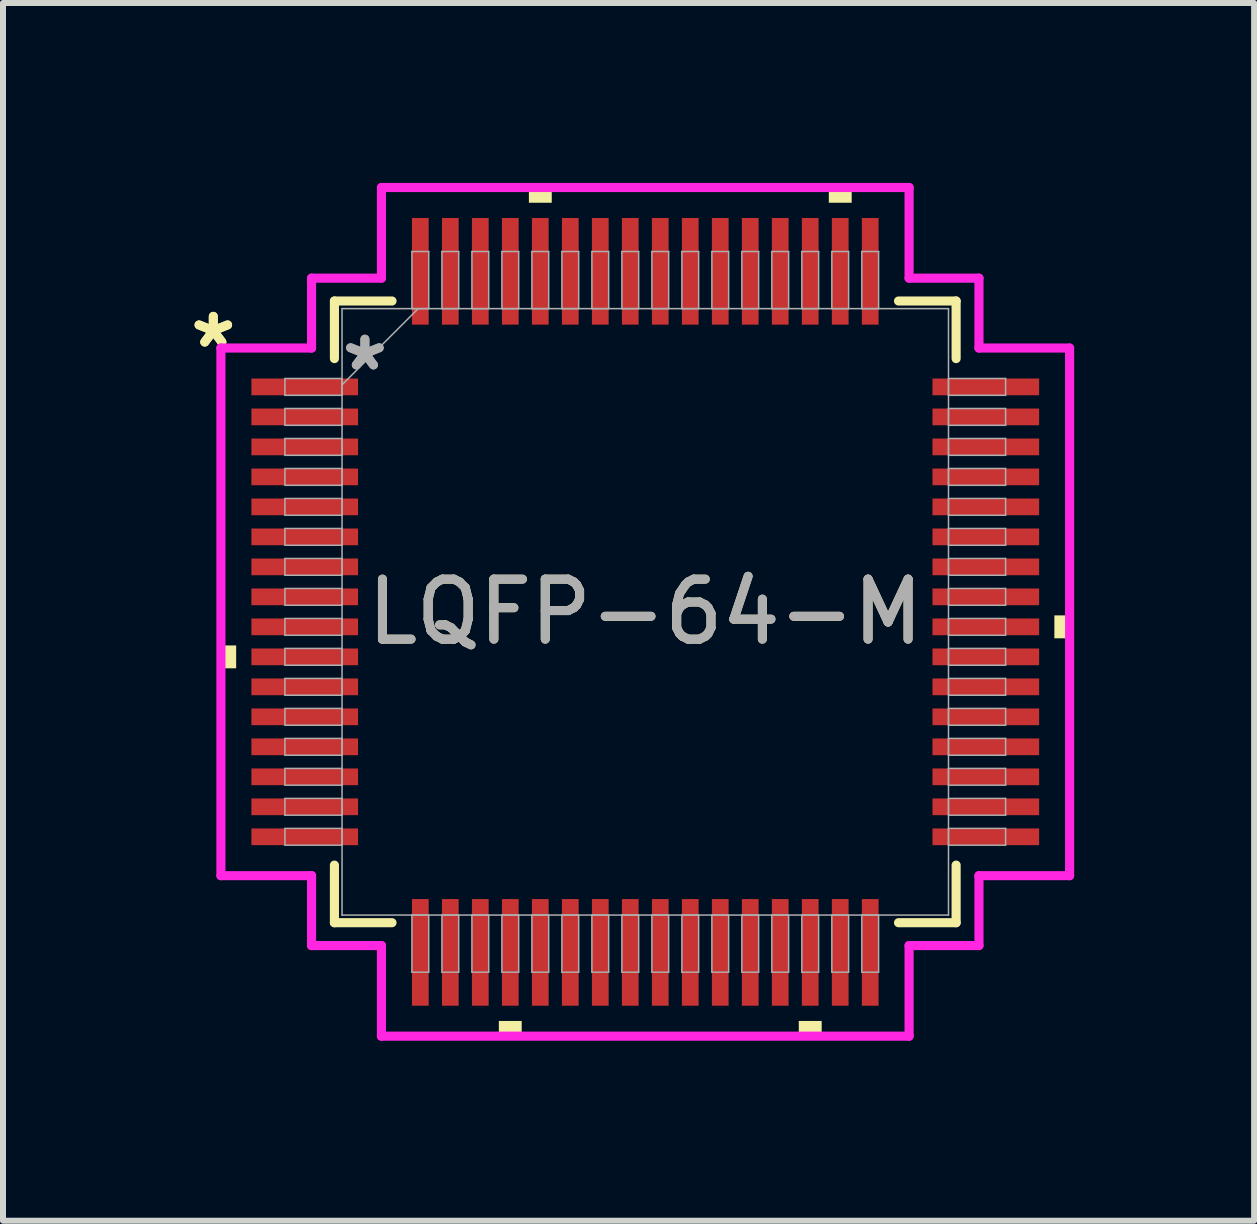
<source format=kicad_pcb>
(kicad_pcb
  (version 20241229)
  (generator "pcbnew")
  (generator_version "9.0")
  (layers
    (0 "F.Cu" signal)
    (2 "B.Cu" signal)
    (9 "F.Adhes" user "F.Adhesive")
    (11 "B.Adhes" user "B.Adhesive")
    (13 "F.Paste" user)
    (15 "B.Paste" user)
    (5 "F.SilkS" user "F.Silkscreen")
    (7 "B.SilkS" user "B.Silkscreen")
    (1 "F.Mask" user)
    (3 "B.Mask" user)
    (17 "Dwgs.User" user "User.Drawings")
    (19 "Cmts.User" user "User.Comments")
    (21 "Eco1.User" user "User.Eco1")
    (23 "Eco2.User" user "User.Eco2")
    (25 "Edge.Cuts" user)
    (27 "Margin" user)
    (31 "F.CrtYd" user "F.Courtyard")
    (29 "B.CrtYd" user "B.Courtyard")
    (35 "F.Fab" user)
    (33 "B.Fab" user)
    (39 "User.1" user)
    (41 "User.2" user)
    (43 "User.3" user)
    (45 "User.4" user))
  (footprint "LQFP-64-M"
    (layer "F.Cu")
    (at 7.707 7.15)
    (property "Reference" "LQFP-64-M" (at 0 0 0) (unlocked yes) (layer "F.SilkS") (effects (font (size 1 1) (thickness 0.15))))
    (attr smd)
    (fp_line (start -5.182 -5.182) (end -5.182 -4.222) (stroke (width 0.152) (type solid)) (layer "F.SilkS"))
    (fp_line (start -5.182 4.222) (end -5.182 5.182) (stroke (width 0.152) (type solid)) (layer "F.SilkS"))
    (fp_line (start -5.182 5.182) (end -4.222 5.182) (stroke (width 0.152) (type solid)) (layer "F.SilkS"))
    (fp_line (start -4.222 -5.182) (end -5.182 -5.182) (stroke (width 0.152) (type solid)) (layer "F.SilkS"))
    (fp_line (start 4.222 5.182) (end 5.182 5.182) (stroke (width 0.152) (type solid)) (layer "F.SilkS"))
    (fp_line (start 5.182 -5.182) (end 4.222 -5.182) (stroke (width 0.152) (type solid)) (layer "F.SilkS"))
    (fp_line (start 5.182 -4.222) (end 5.182 -5.182) (stroke (width 0.152) (type solid)) (layer "F.SilkS"))
    (fp_line (start 5.182 5.182) (end 5.182 4.222) (stroke (width 0.152) (type solid)) (layer "F.SilkS"))
    (fp_poly (pts (xy -7.074 0.56) (xy -7.074 0.941) (xy -6.82 0.941) (xy -6.82 0.56)) (stroke (width 0) (type solid)) (fill yes) (layer "F.SilkS"))
    (fp_poly (pts (xy -2.441 6.82) (xy -2.441 7.074) (xy -2.06 7.074) (xy -2.06 6.82)) (stroke (width 0) (type solid)) (fill yes) (layer "F.SilkS"))
    (fp_poly (pts (xy -1.94 -6.82) (xy -1.94 -7.074) (xy -1.559 -7.074) (xy -1.559 -6.82)) (stroke (width 0) (type solid)) (fill yes) (layer "F.SilkS"))
    (fp_poly (pts (xy 2.559 6.82) (xy 2.559 7.074) (xy 2.941 7.074) (xy 2.941 6.82)) (stroke (width 0) (type solid)) (fill yes) (layer "F.SilkS"))
    (fp_poly (pts (xy 3.06 -6.82) (xy 3.06 -7.074) (xy 3.441 -7.074) (xy 3.441 -6.82)) (stroke (width 0) (type solid)) (fill yes) (layer "F.SilkS"))
    (fp_poly (pts (xy 7.074 0.059) (xy 7.074 0.441) (xy 6.82 0.441) (xy 6.82 0.059)) (stroke (width 0) (type solid)) (fill yes) (layer "F.SilkS"))
    (fp_line (start -7.074 -4.398) (end -5.563 -4.398) (stroke (width 0.152) (type solid)) (layer "F.CrtYd"))
    (fp_line (start -7.074 4.398) (end -7.074 -4.398) (stroke (width 0.152) (type solid)) (layer "F.CrtYd"))
    (fp_line (start -5.563 -5.563) (end -4.398 -5.563) (stroke (width 0.152) (type solid)) (layer "F.CrtYd"))
    (fp_line (start -5.563 -4.398) (end -5.563 -5.563) (stroke (width 0.152) (type solid)) (layer "F.CrtYd"))
    (fp_line (start -5.563 4.398) (end -7.074 4.398) (stroke (width 0.152) (type solid)) (layer "F.CrtYd"))
    (fp_line (start -5.563 5.563) (end -5.563 4.398) (stroke (width 0.152) (type solid)) (layer "F.CrtYd"))
    (fp_line (start -5.563 5.563) (end -4.398 5.563) (stroke (width 0.152) (type solid)) (layer "F.CrtYd"))
    (fp_line (start -4.398 -7.074) (end 4.398 -7.074) (stroke (width 0.152) (type solid)) (layer "F.CrtYd"))
    (fp_line (start -4.398 -5.563) (end -4.398 -7.074) (stroke (width 0.152) (type solid)) (layer "F.CrtYd"))
    (fp_line (start -4.398 5.563) (end -4.398 7.074) (stroke (width 0.152) (type solid)) (layer "F.CrtYd"))
    (fp_line (start -4.398 7.074) (end 4.398 7.074) (stroke (width 0.152) (type solid)) (layer "F.CrtYd"))
    (fp_line (start 4.398 -7.074) (end 4.398 -5.563) (stroke (width 0.152) (type solid)) (layer "F.CrtYd"))
    (fp_line (start 4.398 -5.563) (end 5.563 -5.563) (stroke (width 0.152) (type solid)) (layer "F.CrtYd"))
    (fp_line (start 4.398 5.563) (end 5.563 5.563) (stroke (width 0.152) (type solid)) (layer "F.CrtYd"))
    (fp_line (start 4.398 7.074) (end 4.398 5.563) (stroke (width 0.152) (type solid)) (layer "F.CrtYd"))
    (fp_line (start 5.563 -4.398) (end 5.563 -5.563) (stroke (width 0.152) (type solid)) (layer "F.CrtYd"))
    (fp_line (start 5.563 4.398) (end 7.074 4.398) (stroke (width 0.152) (type solid)) (layer "F.CrtYd"))
    (fp_line (start 5.563 5.563) (end 5.563 4.398) (stroke (width 0.152) (type solid)) (layer "F.CrtYd"))
    (fp_line (start 7.074 -4.398) (end 5.563 -4.398) (stroke (width 0.152) (type solid)) (layer "F.CrtYd"))
    (fp_line (start 7.074 4.398) (end 7.074 -4.398) (stroke (width 0.152) (type solid)) (layer "F.CrtYd"))
    (fp_line (start -6.007 -3.89) (end -6.007 -3.61) (stroke (width 0.025) (type solid)) (layer "F.Fab"))
    (fp_line (start -6.007 -3.61) (end -5.055 -3.61) (stroke (width 0.025) (type solid)) (layer "F.Fab"))
    (fp_line (start -6.007 -3.39) (end -6.007 -3.11) (stroke (width 0.025) (type solid)) (layer "F.Fab"))
    (fp_line (start -6.007 -3.11) (end -5.055 -3.11) (stroke (width 0.025) (type solid)) (layer "F.Fab"))
    (fp_line (start -6.007 -2.89) (end -6.007 -2.61) (stroke (width 0.025) (type solid)) (layer "F.Fab"))
    (fp_line (start -6.007 -2.61) (end -5.055 -2.61) (stroke (width 0.025) (type solid)) (layer "F.Fab"))
    (fp_line (start -6.007 -2.39) (end -6.007 -2.11) (stroke (width 0.025) (type solid)) (layer "F.Fab"))
    (fp_line (start -6.007 -2.11) (end -5.055 -2.11) (stroke (width 0.025) (type solid)) (layer "F.Fab"))
    (fp_line (start -6.007 -1.89) (end -6.007 -1.61) (stroke (width 0.025) (type solid)) (layer "F.Fab"))
    (fp_line (start -6.007 -1.61) (end -5.055 -1.61) (stroke (width 0.025) (type solid)) (layer "F.Fab"))
    (fp_line (start -6.007 -1.39) (end -6.007 -1.11) (stroke (width 0.025) (type solid)) (layer "F.Fab"))
    (fp_line (start -6.007 -1.11) (end -5.055 -1.11) (stroke (width 0.025) (type solid)) (layer "F.Fab"))
    (fp_line (start -6.007 -0.89) (end -6.007 -0.61) (stroke (width 0.025) (type solid)) (layer "F.Fab"))
    (fp_line (start -6.007 -0.61) (end -5.055 -0.61) (stroke (width 0.025) (type solid)) (layer "F.Fab"))
    (fp_line (start -6.007 -0.39) (end -6.007 -0.11) (stroke (width 0.025) (type solid)) (layer "F.Fab"))
    (fp_line (start -6.007 -0.11) (end -5.055 -0.11) (stroke (width 0.025) (type solid)) (layer "F.Fab"))
    (fp_line (start -6.007 0.11) (end -6.007 0.39) (stroke (width 0.025) (type solid)) (layer "F.Fab"))
    (fp_line (start -6.007 0.39) (end -5.055 0.39) (stroke (width 0.025) (type solid)) (layer "F.Fab"))
    (fp_line (start -6.007 0.61) (end -6.007 0.89) (stroke (width 0.025) (type solid)) (layer "F.Fab"))
    (fp_line (start -6.007 0.89) (end -5.055 0.89) (stroke (width 0.025) (type solid)) (layer "F.Fab"))
    (fp_line (start -6.007 1.11) (end -6.007 1.39) (stroke (width 0.025) (type solid)) (layer "F.Fab"))
    (fp_line (start -6.007 1.39) (end -5.055 1.39) (stroke (width 0.025) (type solid)) (layer "F.Fab"))
    (fp_line (start -6.007 1.61) (end -6.007 1.89) (stroke (width 0.025) (type solid)) (layer "F.Fab"))
    (fp_line (start -6.007 1.89) (end -5.055 1.89) (stroke (width 0.025) (type solid)) (layer "F.Fab"))
    (fp_line (start -6.007 2.11) (end -6.007 2.39) (stroke (width 0.025) (type solid)) (layer "F.Fab"))
    (fp_line (start -6.007 2.39) (end -5.055 2.39) (stroke (width 0.025) (type solid)) (layer "F.Fab"))
    (fp_line (start -6.007 2.61) (end -6.007 2.89) (stroke (width 0.025) (type solid)) (layer "F.Fab"))
    (fp_line (start -6.007 2.89) (end -5.055 2.89) (stroke (width 0.025) (type solid)) (layer "F.Fab"))
    (fp_line (start -6.007 3.11) (end -6.007 3.39) (stroke (width 0.025) (type solid)) (layer "F.Fab"))
    (fp_line (start -6.007 3.39) (end -5.055 3.39) (stroke (width 0.025) (type solid)) (layer "F.Fab"))
    (fp_line (start -6.007 3.61) (end -6.007 3.89) (stroke (width 0.025) (type solid)) (layer "F.Fab"))
    (fp_line (start -6.007 3.89) (end -5.055 3.89) (stroke (width 0.025) (type solid)) (layer "F.Fab"))
    (fp_line (start -5.055 -5.055) (end -5.055 5.055) (stroke (width 0.025) (type solid)) (layer "F.Fab"))
    (fp_line (start -5.055 -3.89) (end -6.007 -3.89) (stroke (width 0.025) (type solid)) (layer "F.Fab"))
    (fp_line (start -5.055 -3.785) (end -3.785 -5.055) (stroke (width 0.025) (type solid)) (layer "F.Fab"))
    (fp_line (start -5.055 -3.61) (end -5.055 -3.89) (stroke (width 0.025) (type solid)) (layer "F.Fab"))
    (fp_line (start -5.055 -3.39) (end -6.007 -3.39) (stroke (width 0.025) (type solid)) (layer "F.Fab"))
    (fp_line (start -5.055 -3.11) (end -5.055 -3.39) (stroke (width 0.025) (type solid)) (layer "F.Fab"))
    (fp_line (start -5.055 -2.89) (end -6.007 -2.89) (stroke (width 0.025) (type solid)) (layer "F.Fab"))
    (fp_line (start -5.055 -2.61) (end -5.055 -2.89) (stroke (width 0.025) (type solid)) (layer "F.Fab"))
    (fp_line (start -5.055 -2.39) (end -6.007 -2.39) (stroke (width 0.025) (type solid)) (layer "F.Fab"))
    (fp_line (start -5.055 -2.11) (end -5.055 -2.39) (stroke (width 0.025) (type solid)) (layer "F.Fab"))
    (fp_line (start -5.055 -1.89) (end -6.007 -1.89) (stroke (width 0.025) (type solid)) (layer "F.Fab"))
    (fp_line (start -5.055 -1.61) (end -5.055 -1.89) (stroke (width 0.025) (type solid)) (layer "F.Fab"))
    (fp_line (start -5.055 -1.39) (end -6.007 -1.39) (stroke (width 0.025) (type solid)) (layer "F.Fab"))
    (fp_line (start -5.055 -1.11) (end -5.055 -1.39) (stroke (width 0.025) (type solid)) (layer "F.Fab"))
    (fp_line (start -5.055 -0.89) (end -6.007 -0.89) (stroke (width 0.025) (type solid)) (layer "F.Fab"))
    (fp_line (start -5.055 -0.61) (end -5.055 -0.89) (stroke (width 0.025) (type solid)) (layer "F.Fab"))
    (fp_line (start -5.055 -0.39) (end -6.007 -0.39) (stroke (width 0.025) (type solid)) (layer "F.Fab"))
    (fp_line (start -5.055 -0.11) (end -5.055 -0.39) (stroke (width 0.025) (type solid)) (layer "F.Fab"))
    (fp_line (start -5.055 0.11) (end -6.007 0.11) (stroke (width 0.025) (type solid)) (layer "F.Fab"))
    (fp_line (start -5.055 0.39) (end -5.055 0.11) (stroke (width 0.025) (type solid)) (layer "F.Fab"))
    (fp_line (start -5.055 0.61) (end -6.007 0.61) (stroke (width 0.025) (type solid)) (layer "F.Fab"))
    (fp_line (start -5.055 0.89) (end -5.055 0.61) (stroke (width 0.025) (type solid)) (layer "F.Fab"))
    (fp_line (start -5.055 1.11) (end -6.007 1.11) (stroke (width 0.025) (type solid)) (layer "F.Fab"))
    (fp_line (start -5.055 1.39) (end -5.055 1.11) (stroke (width 0.025) (type solid)) (layer "F.Fab"))
    (fp_line (start -5.055 1.61) (end -6.007 1.61) (stroke (width 0.025) (type solid)) (layer "F.Fab"))
    (fp_line (start -5.055 1.89) (end -5.055 1.61) (stroke (width 0.025) (type solid)) (layer "F.Fab"))
    (fp_line (start -5.055 2.11) (end -6.007 2.11) (stroke (width 0.025) (type solid)) (layer "F.Fab"))
    (fp_line (start -5.055 2.39) (end -5.055 2.11) (stroke (width 0.025) (type solid)) (layer "F.Fab"))
    (fp_line (start -5.055 2.61) (end -6.007 2.61) (stroke (width 0.025) (type solid)) (layer "F.Fab"))
    (fp_line (start -5.055 2.89) (end -5.055 2.61) (stroke (width 0.025) (type solid)) (layer "F.Fab"))
    (fp_line (start -5.055 3.11) (end -6.007 3.11) (stroke (width 0.025) (type solid)) (layer "F.Fab"))
    (fp_line (start -5.055 3.39) (end -5.055 3.11) (stroke (width 0.025) (type solid)) (layer "F.Fab"))
    (fp_line (start -5.055 3.61) (end -6.007 3.61) (stroke (width 0.025) (type solid)) (layer "F.Fab"))
    (fp_line (start -5.055 3.89) (end -5.055 3.61) (stroke (width 0.025) (type solid)) (layer "F.Fab"))
    (fp_line (start -5.055 5.055) (end 5.055 5.055) (stroke (width 0.025) (type solid)) (layer "F.Fab"))
    (fp_line (start -3.89 -6.007) (end -3.89 -5.055) (stroke (width 0.025) (type solid)) (layer "F.Fab"))
    (fp_line (start -3.89 -5.055) (end -3.61 -5.055) (stroke (width 0.025) (type solid)) (layer "F.Fab"))
    (fp_line (start -3.89 5.055) (end -3.89 6.007) (stroke (width 0.025) (type solid)) (layer "F.Fab"))
    (fp_line (start -3.89 6.007) (end -3.61 6.007) (stroke (width 0.025) (type solid)) (layer "F.Fab"))
    (fp_line (start -3.61 -6.007) (end -3.89 -6.007) (stroke (width 0.025) (type solid)) (layer "F.Fab"))
    (fp_line (start -3.61 -5.055) (end -3.61 -6.007) (stroke (width 0.025) (type solid)) (layer "F.Fab"))
    (fp_line (start -3.61 5.055) (end -3.89 5.055) (stroke (width 0.025) (type solid)) (layer "F.Fab"))
    (fp_line (start -3.61 6.007) (end -3.61 5.055) (stroke (width 0.025) (type solid)) (layer "F.Fab"))
    (fp_line (start -3.39 -6.007) (end -3.39 -5.055) (stroke (width 0.025) (type solid)) (layer "F.Fab"))
    (fp_line (start -3.39 -5.055) (end -3.11 -5.055) (stroke (width 0.025) (type solid)) (layer "F.Fab"))
    (fp_line (start -3.39 5.055) (end -3.39 6.007) (stroke (width 0.025) (type solid)) (layer "F.Fab"))
    (fp_line (start -3.39 6.007) (end -3.11 6.007) (stroke (width 0.025) (type solid)) (layer "F.Fab"))
    (fp_line (start -3.11 -6.007) (end -3.39 -6.007) (stroke (width 0.025) (type solid)) (layer "F.Fab"))
    (fp_line (start -3.11 -5.055) (end -3.11 -6.007) (stroke (width 0.025) (type solid)) (layer "F.Fab"))
    (fp_line (start -3.11 5.055) (end -3.39 5.055) (stroke (width 0.025) (type solid)) (layer "F.Fab"))
    (fp_line (start -3.11 6.007) (end -3.11 5.055) (stroke (width 0.025) (type solid)) (layer "F.Fab"))
    (fp_line (start -2.89 -6.007) (end -2.89 -5.055) (stroke (width 0.025) (type solid)) (layer "F.Fab"))
    (fp_line (start -2.89 -5.055) (end -2.61 -5.055) (stroke (width 0.025) (type solid)) (layer "F.Fab"))
    (fp_line (start -2.89 5.055) (end -2.89 6.007) (stroke (width 0.025) (type solid)) (layer "F.Fab"))
    (fp_line (start -2.89 6.007) (end -2.61 6.007) (stroke (width 0.025) (type solid)) (layer "F.Fab"))
    (fp_line (start -2.61 -6.007) (end -2.89 -6.007) (stroke (width 0.025) (type solid)) (layer "F.Fab"))
    (fp_line (start -2.61 -5.055) (end -2.61 -6.007) (stroke (width 0.025) (type solid)) (layer "F.Fab"))
    (fp_line (start -2.61 5.055) (end -2.89 5.055) (stroke (width 0.025) (type solid)) (layer "F.Fab"))
    (fp_line (start -2.61 6.007) (end -2.61 5.055) (stroke (width 0.025) (type solid)) (layer "F.Fab"))
    (fp_line (start -2.39 -6.007) (end -2.39 -5.055) (stroke (width 0.025) (type solid)) (layer "F.Fab"))
    (fp_line (start -2.39 -5.055) (end -2.11 -5.055) (stroke (width 0.025) (type solid)) (layer "F.Fab"))
    (fp_line (start -2.39 5.055) (end -2.39 6.007) (stroke (width 0.025) (type solid)) (layer "F.Fab"))
    (fp_line (start -2.39 6.007) (end -2.11 6.007) (stroke (width 0.025) (type solid)) (layer "F.Fab"))
    (fp_line (start -2.11 -6.007) (end -2.39 -6.007) (stroke (width 0.025) (type solid)) (layer "F.Fab"))
    (fp_line (start -2.11 -5.055) (end -2.11 -6.007) (stroke (width 0.025) (type solid)) (layer "F.Fab"))
    (fp_line (start -2.11 5.055) (end -2.39 5.055) (stroke (width 0.025) (type solid)) (layer "F.Fab"))
    (fp_line (start -2.11 6.007) (end -2.11 5.055) (stroke (width 0.025) (type solid)) (layer "F.Fab"))
    (fp_line (start -1.89 -6.007) (end -1.89 -5.055) (stroke (width 0.025) (type solid)) (layer "F.Fab"))
    (fp_line (start -1.89 -5.055) (end -1.61 -5.055) (stroke (width 0.025) (type solid)) (layer "F.Fab"))
    (fp_line (start -1.89 5.055) (end -1.89 6.007) (stroke (width 0.025) (type solid)) (layer "F.Fab"))
    (fp_line (start -1.89 6.007) (end -1.61 6.007) (stroke (width 0.025) (type solid)) (layer "F.Fab"))
    (fp_line (start -1.61 -6.007) (end -1.89 -6.007) (stroke (width 0.025) (type solid)) (layer "F.Fab"))
    (fp_line (start -1.61 -5.055) (end -1.61 -6.007) (stroke (width 0.025) (type solid)) (layer "F.Fab"))
    (fp_line (start -1.61 5.055) (end -1.89 5.055) (stroke (width 0.025) (type solid)) (layer "F.Fab"))
    (fp_line (start -1.61 6.007) (end -1.61 5.055) (stroke (width 0.025) (type solid)) (layer "F.Fab"))
    (fp_line (start -1.39 -6.007) (end -1.39 -5.055) (stroke (width 0.025) (type solid)) (layer "F.Fab"))
    (fp_line (start -1.39 -5.055) (end -1.11 -5.055) (stroke (width 0.025) (type solid)) (layer "F.Fab"))
    (fp_line (start -1.39 5.055) (end -1.39 6.007) (stroke (width 0.025) (type solid)) (layer "F.Fab"))
    (fp_line (start -1.39 6.007) (end -1.11 6.007) (stroke (width 0.025) (type solid)) (layer "F.Fab"))
    (fp_line (start -1.11 -6.007) (end -1.39 -6.007) (stroke (width 0.025) (type solid)) (layer "F.Fab"))
    (fp_line (start -1.11 -5.055) (end -1.11 -6.007) (stroke (width 0.025) (type solid)) (layer "F.Fab"))
    (fp_line (start -1.11 5.055) (end -1.39 5.055) (stroke (width 0.025) (type solid)) (layer "F.Fab"))
    (fp_line (start -1.11 6.007) (end -1.11 5.055) (stroke (width 0.025) (type solid)) (layer "F.Fab"))
    (fp_line (start -0.89 -6.007) (end -0.89 -5.055) (stroke (width 0.025) (type solid)) (layer "F.Fab"))
    (fp_line (start -0.89 -5.055) (end -0.61 -5.055) (stroke (width 0.025) (type solid)) (layer "F.Fab"))
    (fp_line (start -0.89 5.055) (end -0.89 6.007) (stroke (width 0.025) (type solid)) (layer "F.Fab"))
    (fp_line (start -0.89 6.007) (end -0.61 6.007) (stroke (width 0.025) (type solid)) (layer "F.Fab"))
    (fp_line (start -0.61 -6.007) (end -0.89 -6.007) (stroke (width 0.025) (type solid)) (layer "F.Fab"))
    (fp_line (start -0.61 -5.055) (end -0.61 -6.007) (stroke (width 0.025) (type solid)) (layer "F.Fab"))
    (fp_line (start -0.61 5.055) (end -0.89 5.055) (stroke (width 0.025) (type solid)) (layer "F.Fab"))
    (fp_line (start -0.61 6.007) (end -0.61 5.055) (stroke (width 0.025) (type solid)) (layer "F.Fab"))
    (fp_line (start -0.39 -6.007) (end -0.39 -5.055) (stroke (width 0.025) (type solid)) (layer "F.Fab"))
    (fp_line (start -0.39 -5.055) (end -0.11 -5.055) (stroke (width 0.025) (type solid)) (layer "F.Fab"))
    (fp_line (start -0.39 5.055) (end -0.39 6.007) (stroke (width 0.025) (type solid)) (layer "F.Fab"))
    (fp_line (start -0.39 6.007) (end -0.11 6.007) (stroke (width 0.025) (type solid)) (layer "F.Fab"))
    (fp_line (start -0.11 -6.007) (end -0.39 -6.007) (stroke (width 0.025) (type solid)) (layer "F.Fab"))
    (fp_line (start -0.11 -5.055) (end -0.11 -6.007) (stroke (width 0.025) (type solid)) (layer "F.Fab"))
    (fp_line (start -0.11 5.055) (end -0.39 5.055) (stroke (width 0.025) (type solid)) (layer "F.Fab"))
    (fp_line (start -0.11 6.007) (end -0.11 5.055) (stroke (width 0.025) (type solid)) (layer "F.Fab"))
    (fp_line (start 0.11 -6.007) (end 0.11 -5.055) (stroke (width 0.025) (type solid)) (layer "F.Fab"))
    (fp_line (start 0.11 -5.055) (end 0.39 -5.055) (stroke (width 0.025) (type solid)) (layer "F.Fab"))
    (fp_line (start 0.11 5.055) (end 0.11 6.007) (stroke (width 0.025) (type solid)) (layer "F.Fab"))
    (fp_line (start 0.11 6.007) (end 0.39 6.007) (stroke (width 0.025) (type solid)) (layer "F.Fab"))
    (fp_line (start 0.39 -6.007) (end 0.11 -6.007) (stroke (width 0.025) (type solid)) (layer "F.Fab"))
    (fp_line (start 0.39 -5.055) (end 0.39 -6.007) (stroke (width 0.025) (type solid)) (layer "F.Fab"))
    (fp_line (start 0.39 5.055) (end 0.11 5.055) (stroke (width 0.025) (type solid)) (layer "F.Fab"))
    (fp_line (start 0.39 6.007) (end 0.39 5.055) (stroke (width 0.025) (type solid)) (layer "F.Fab"))
    (fp_line (start 0.61 -6.007) (end 0.61 -5.055) (stroke (width 0.025) (type solid)) (layer "F.Fab"))
    (fp_line (start 0.61 -5.055) (end 0.89 -5.055) (stroke (width 0.025) (type solid)) (layer "F.Fab"))
    (fp_line (start 0.61 5.055) (end 0.61 6.007) (stroke (width 0.025) (type solid)) (layer "F.Fab"))
    (fp_line (start 0.61 6.007) (end 0.89 6.007) (stroke (width 0.025) (type solid)) (layer "F.Fab"))
    (fp_line (start 0.89 -6.007) (end 0.61 -6.007) (stroke (width 0.025) (type solid)) (layer "F.Fab"))
    (fp_line (start 0.89 -5.055) (end 0.89 -6.007) (stroke (width 0.025) (type solid)) (layer "F.Fab"))
    (fp_line (start 0.89 5.055) (end 0.61 5.055) (stroke (width 0.025) (type solid)) (layer "F.Fab"))
    (fp_line (start 0.89 6.007) (end 0.89 5.055) (stroke (width 0.025) (type solid)) (layer "F.Fab"))
    (fp_line (start 1.11 -6.007) (end 1.11 -5.055) (stroke (width 0.025) (type solid)) (layer "F.Fab"))
    (fp_line (start 1.11 -5.055) (end 1.39 -5.055) (stroke (width 0.025) (type solid)) (layer "F.Fab"))
    (fp_line (start 1.11 5.055) (end 1.11 6.007) (stroke (width 0.025) (type solid)) (layer "F.Fab"))
    (fp_line (start 1.11 6.007) (end 1.39 6.007) (stroke (width 0.025) (type solid)) (layer "F.Fab"))
    (fp_line (start 1.39 -6.007) (end 1.11 -6.007) (stroke (width 0.025) (type solid)) (layer "F.Fab"))
    (fp_line (start 1.39 -5.055) (end 1.39 -6.007) (stroke (width 0.025) (type solid)) (layer "F.Fab"))
    (fp_line (start 1.39 5.055) (end 1.11 5.055) (stroke (width 0.025) (type solid)) (layer "F.Fab"))
    (fp_line (start 1.39 6.007) (end 1.39 5.055) (stroke (width 0.025) (type solid)) (layer "F.Fab"))
    (fp_line (start 1.61 -6.007) (end 1.61 -5.055) (stroke (width 0.025) (type solid)) (layer "F.Fab"))
    (fp_line (start 1.61 -5.055) (end 1.89 -5.055) (stroke (width 0.025) (type solid)) (layer "F.Fab"))
    (fp_line (start 1.61 5.055) (end 1.61 6.007) (stroke (width 0.025) (type solid)) (layer "F.Fab"))
    (fp_line (start 1.61 6.007) (end 1.89 6.007) (stroke (width 0.025) (type solid)) (layer "F.Fab"))
    (fp_line (start 1.89 -6.007) (end 1.61 -6.007) (stroke (width 0.025) (type solid)) (layer "F.Fab"))
    (fp_line (start 1.89 -5.055) (end 1.89 -6.007) (stroke (width 0.025) (type solid)) (layer "F.Fab"))
    (fp_line (start 1.89 5.055) (end 1.61 5.055) (stroke (width 0.025) (type solid)) (layer "F.Fab"))
    (fp_line (start 1.89 6.007) (end 1.89 5.055) (stroke (width 0.025) (type solid)) (layer "F.Fab"))
    (fp_line (start 2.11 -6.007) (end 2.11 -5.055) (stroke (width 0.025) (type solid)) (layer "F.Fab"))
    (fp_line (start 2.11 -5.055) (end 2.39 -5.055) (stroke (width 0.025) (type solid)) (layer "F.Fab"))
    (fp_line (start 2.11 5.055) (end 2.11 6.007) (stroke (width 0.025) (type solid)) (layer "F.Fab"))
    (fp_line (start 2.11 6.007) (end 2.39 6.007) (stroke (width 0.025) (type solid)) (layer "F.Fab"))
    (fp_line (start 2.39 -6.007) (end 2.11 -6.007) (stroke (width 0.025) (type solid)) (layer "F.Fab"))
    (fp_line (start 2.39 -5.055) (end 2.39 -6.007) (stroke (width 0.025) (type solid)) (layer "F.Fab"))
    (fp_line (start 2.39 5.055) (end 2.11 5.055) (stroke (width 0.025) (type solid)) (layer "F.Fab"))
    (fp_line (start 2.39 6.007) (end 2.39 5.055) (stroke (width 0.025) (type solid)) (layer "F.Fab"))
    (fp_line (start 2.61 -6.007) (end 2.61 -5.055) (stroke (width 0.025) (type solid)) (layer "F.Fab"))
    (fp_line (start 2.61 -5.055) (end 2.89 -5.055) (stroke (width 0.025) (type solid)) (layer "F.Fab"))
    (fp_line (start 2.61 5.055) (end 2.61 6.007) (stroke (width 0.025) (type solid)) (layer "F.Fab"))
    (fp_line (start 2.61 6.007) (end 2.89 6.007) (stroke (width 0.025) (type solid)) (layer "F.Fab"))
    (fp_line (start 2.89 -6.007) (end 2.61 -6.007) (stroke (width 0.025) (type solid)) (layer "F.Fab"))
    (fp_line (start 2.89 -5.055) (end 2.89 -6.007) (stroke (width 0.025) (type solid)) (layer "F.Fab"))
    (fp_line (start 2.89 5.055) (end 2.61 5.055) (stroke (width 0.025) (type solid)) (layer "F.Fab"))
    (fp_line (start 2.89 6.007) (end 2.89 5.055) (stroke (width 0.025) (type solid)) (layer "F.Fab"))
    (fp_line (start 3.11 -6.007) (end 3.11 -5.055) (stroke (width 0.025) (type solid)) (layer "F.Fab"))
    (fp_line (start 3.11 -5.055) (end 3.39 -5.055) (stroke (width 0.025) (type solid)) (layer "F.Fab"))
    (fp_line (start 3.11 5.055) (end 3.11 6.007) (stroke (width 0.025) (type solid)) (layer "F.Fab"))
    (fp_line (start 3.11 6.007) (end 3.39 6.007) (stroke (width 0.025) (type solid)) (layer "F.Fab"))
    (fp_line (start 3.39 -6.007) (end 3.11 -6.007) (stroke (width 0.025) (type solid)) (layer "F.Fab"))
    (fp_line (start 3.39 -5.055) (end 3.39 -6.007) (stroke (width 0.025) (type solid)) (layer "F.Fab"))
    (fp_line (start 3.39 5.055) (end 3.11 5.055) (stroke (width 0.025) (type solid)) (layer "F.Fab"))
    (fp_line (start 3.39 6.007) (end 3.39 5.055) (stroke (width 0.025) (type solid)) (layer "F.Fab"))
    (fp_line (start 3.61 -6.007) (end 3.61 -5.055) (stroke (width 0.025) (type solid)) (layer "F.Fab"))
    (fp_line (start 3.61 -5.055) (end 3.89 -5.055) (stroke (width 0.025) (type solid)) (layer "F.Fab"))
    (fp_line (start 3.61 5.055) (end 3.61 6.007) (stroke (width 0.025) (type solid)) (layer "F.Fab"))
    (fp_line (start 3.61 6.007) (end 3.89 6.007) (stroke (width 0.025) (type solid)) (layer "F.Fab"))
    (fp_line (start 3.89 -6.007) (end 3.61 -6.007) (stroke (width 0.025) (type solid)) (layer "F.Fab"))
    (fp_line (start 3.89 -5.055) (end 3.89 -6.007) (stroke (width 0.025) (type solid)) (layer "F.Fab"))
    (fp_line (start 3.89 5.055) (end 3.61 5.055) (stroke (width 0.025) (type solid)) (layer "F.Fab"))
    (fp_line (start 3.89 6.007) (end 3.89 5.055) (stroke (width 0.025) (type solid)) (layer "F.Fab"))
    (fp_line (start 5.055 -5.055) (end -5.055 -5.055) (stroke (width 0.025) (type solid)) (layer "F.Fab"))
    (fp_line (start 5.055 -3.89) (end 5.055 -3.61) (stroke (width 0.025) (type solid)) (layer "F.Fab"))
    (fp_line (start 5.055 -3.61) (end 6.007 -3.61) (stroke (width 0.025) (type solid)) (layer "F.Fab"))
    (fp_line (start 5.055 -3.39) (end 5.055 -3.11) (stroke (width 0.025) (type solid)) (layer "F.Fab"))
    (fp_line (start 5.055 -3.11) (end 6.007 -3.11) (stroke (width 0.025) (type solid)) (layer "F.Fab"))
    (fp_line (start 5.055 -2.89) (end 5.055 -2.61) (stroke (width 0.025) (type solid)) (layer "F.Fab"))
    (fp_line (start 5.055 -2.61) (end 6.007 -2.61) (stroke (width 0.025) (type solid)) (layer "F.Fab"))
    (fp_line (start 5.055 -2.39) (end 5.055 -2.11) (stroke (width 0.025) (type solid)) (layer "F.Fab"))
    (fp_line (start 5.055 -2.11) (end 6.007 -2.11) (stroke (width 0.025) (type solid)) (layer "F.Fab"))
    (fp_line (start 5.055 -1.89) (end 5.055 -1.61) (stroke (width 0.025) (type solid)) (layer "F.Fab"))
    (fp_line (start 5.055 -1.61) (end 6.007 -1.61) (stroke (width 0.025) (type solid)) (layer "F.Fab"))
    (fp_line (start 5.055 -1.39) (end 5.055 -1.11) (stroke (width 0.025) (type solid)) (layer "F.Fab"))
    (fp_line (start 5.055 -1.11) (end 6.007 -1.11) (stroke (width 0.025) (type solid)) (layer "F.Fab"))
    (fp_line (start 5.055 -0.89) (end 5.055 -0.61) (stroke (width 0.025) (type solid)) (layer "F.Fab"))
    (fp_line (start 5.055 -0.61) (end 6.007 -0.61) (stroke (width 0.025) (type solid)) (layer "F.Fab"))
    (fp_line (start 5.055 -0.39) (end 5.055 -0.11) (stroke (width 0.025) (type solid)) (layer "F.Fab"))
    (fp_line (start 5.055 -0.11) (end 6.007 -0.11) (stroke (width 0.025) (type solid)) (layer "F.Fab"))
    (fp_line (start 5.055 0.11) (end 5.055 0.39) (stroke (width 0.025) (type solid)) (layer "F.Fab"))
    (fp_line (start 5.055 0.39) (end 6.007 0.39) (stroke (width 0.025) (type solid)) (layer "F.Fab"))
    (fp_line (start 5.055 0.61) (end 5.055 0.89) (stroke (width 0.025) (type solid)) (layer "F.Fab"))
    (fp_line (start 5.055 0.89) (end 6.007 0.89) (stroke (width 0.025) (type solid)) (layer "F.Fab"))
    (fp_line (start 5.055 1.11) (end 5.055 1.39) (stroke (width 0.025) (type solid)) (layer "F.Fab"))
    (fp_line (start 5.055 1.39) (end 6.007 1.39) (stroke (width 0.025) (type solid)) (layer "F.Fab"))
    (fp_line (start 5.055 1.61) (end 5.055 1.89) (stroke (width 0.025) (type solid)) (layer "F.Fab"))
    (fp_line (start 5.055 1.89) (end 6.007 1.89) (stroke (width 0.025) (type solid)) (layer "F.Fab"))
    (fp_line (start 5.055 2.11) (end 5.055 2.39) (stroke (width 0.025) (type solid)) (layer "F.Fab"))
    (fp_line (start 5.055 2.39) (end 6.007 2.39) (stroke (width 0.025) (type solid)) (layer "F.Fab"))
    (fp_line (start 5.055 2.61) (end 5.055 2.89) (stroke (width 0.025) (type solid)) (layer "F.Fab"))
    (fp_line (start 5.055 2.89) (end 6.007 2.89) (stroke (width 0.025) (type solid)) (layer "F.Fab"))
    (fp_line (start 5.055 3.11) (end 5.055 3.39) (stroke (width 0.025) (type solid)) (layer "F.Fab"))
    (fp_line (start 5.055 3.39) (end 6.007 3.39) (stroke (width 0.025) (type solid)) (layer "F.Fab"))
    (fp_line (start 5.055 3.61) (end 5.055 3.89) (stroke (width 0.025) (type solid)) (layer "F.Fab"))
    (fp_line (start 5.055 3.89) (end 6.007 3.89) (stroke (width 0.025) (type solid)) (layer "F.Fab"))
    (fp_line (start 5.055 5.055) (end 5.055 -5.055) (stroke (width 0.025) (type solid)) (layer "F.Fab"))
    (fp_line (start 6.007 -3.89) (end 5.055 -3.89) (stroke (width 0.025) (type solid)) (layer "F.Fab"))
    (fp_line (start 6.007 -3.61) (end 6.007 -3.89) (stroke (width 0.025) (type solid)) (layer "F.Fab"))
    (fp_line (start 6.007 -3.39) (end 5.055 -3.39) (stroke (width 0.025) (type solid)) (layer "F.Fab"))
    (fp_line (start 6.007 -3.11) (end 6.007 -3.39) (stroke (width 0.025) (type solid)) (layer "F.Fab"))
    (fp_line (start 6.007 -2.89) (end 5.055 -2.89) (stroke (width 0.025) (type solid)) (layer "F.Fab"))
    (fp_line (start 6.007 -2.61) (end 6.007 -2.89) (stroke (width 0.025) (type solid)) (layer "F.Fab"))
    (fp_line (start 6.007 -2.39) (end 5.055 -2.39) (stroke (width 0.025) (type solid)) (layer "F.Fab"))
    (fp_line (start 6.007 -2.11) (end 6.007 -2.39) (stroke (width 0.025) (type solid)) (layer "F.Fab"))
    (fp_line (start 6.007 -1.89) (end 5.055 -1.89) (stroke (width 0.025) (type solid)) (layer "F.Fab"))
    (fp_line (start 6.007 -1.61) (end 6.007 -1.89) (stroke (width 0.025) (type solid)) (layer "F.Fab"))
    (fp_line (start 6.007 -1.39) (end 5.055 -1.39) (stroke (width 0.025) (type solid)) (layer "F.Fab"))
    (fp_line (start 6.007 -1.11) (end 6.007 -1.39) (stroke (width 0.025) (type solid)) (layer "F.Fab"))
    (fp_line (start 6.007 -0.89) (end 5.055 -0.89) (stroke (width 0.025) (type solid)) (layer "F.Fab"))
    (fp_line (start 6.007 -0.61) (end 6.007 -0.89) (stroke (width 0.025) (type solid)) (layer "F.Fab"))
    (fp_line (start 6.007 -0.39) (end 5.055 -0.39) (stroke (width 0.025) (type solid)) (layer "F.Fab"))
    (fp_line (start 6.007 -0.11) (end 6.007 -0.39) (stroke (width 0.025) (type solid)) (layer "F.Fab"))
    (fp_line (start 6.007 0.11) (end 5.055 0.11) (stroke (width 0.025) (type solid)) (layer "F.Fab"))
    (fp_line (start 6.007 0.39) (end 6.007 0.11) (stroke (width 0.025) (type solid)) (layer "F.Fab"))
    (fp_line (start 6.007 0.61) (end 5.055 0.61) (stroke (width 0.025) (type solid)) (layer "F.Fab"))
    (fp_line (start 6.007 0.89) (end 6.007 0.61) (stroke (width 0.025) (type solid)) (layer "F.Fab"))
    (fp_line (start 6.007 1.11) (end 5.055 1.11) (stroke (width 0.025) (type solid)) (layer "F.Fab"))
    (fp_line (start 6.007 1.39) (end 6.007 1.11) (stroke (width 0.025) (type solid)) (layer "F.Fab"))
    (fp_line (start 6.007 1.61) (end 5.055 1.61) (stroke (width 0.025) (type solid)) (layer "F.Fab"))
    (fp_line (start 6.007 1.89) (end 6.007 1.61) (stroke (width 0.025) (type solid)) (layer "F.Fab"))
    (fp_line (start 6.007 2.11) (end 5.055 2.11) (stroke (width 0.025) (type solid)) (layer "F.Fab"))
    (fp_line (start 6.007 2.39) (end 6.007 2.11) (stroke (width 0.025) (type solid)) (layer "F.Fab"))
    (fp_line (start 6.007 2.61) (end 5.055 2.61) (stroke (width 0.025) (type solid)) (layer "F.Fab"))
    (fp_line (start 6.007 2.89) (end 6.007 2.61) (stroke (width 0.025) (type solid)) (layer "F.Fab"))
    (fp_line (start 6.007 3.11) (end 5.055 3.11) (stroke (width 0.025) (type solid)) (layer "F.Fab"))
    (fp_line (start 6.007 3.39) (end 6.007 3.11) (stroke (width 0.025) (type solid)) (layer "F.Fab"))
    (fp_line (start 6.007 3.61) (end 5.055 3.61) (stroke (width 0.025) (type solid)) (layer "F.Fab"))
    (fp_line (start 6.007 3.89) (end 6.007 3.61) (stroke (width 0.025) (type solid)) (layer "F.Fab"))
    (fp_text user "*" (at -7.201 -4.381 0) (layer "F.SilkS") (effects (font (size 1 1) (thickness 0.15))))
    (fp_text user "*" (at -7.201 -4.381 0) (unlocked yes) (layer "F.SilkS") (effects (font (size 1 1) (thickness 0.15))))
    (fp_text user "*" (at -4.674 -4 0) (layer "F.Fab") (effects (font (size 1 1) (thickness 0.15))))
    (fp_text user "${REFERENCE}" (at 0 0 0) (unlocked yes) (layer "F.Fab") (effects (font (size 1 1) (thickness 0.15))))
    (fp_text user "*" (at -4.674 -4 0) (unlocked yes) (layer "F.Fab") (effects (font (size 1 1) (thickness 0.15))))
    (pad "1" smd rect (at -5.677 -3.75 90) (size 0.279 1.778) (layers "F.Cu" "F.Mask" "F.Paste"))
    (pad "2" smd rect (at -5.677 -3.25 90) (size 0.279 1.778) (layers "F.Cu" "F.Mask" "F.Paste"))
    (pad "3" smd rect (at -5.677 -2.75 90) (size 0.279 1.778) (layers "F.Cu" "F.Mask" "F.Paste"))
    (pad "4" smd rect (at -5.677 -2.25 90) (size 0.279 1.778) (layers "F.Cu" "F.Mask" "F.Paste"))
    (pad "5" smd rect (at -5.677 -1.75 90) (size 0.279 1.778) (layers "F.Cu" "F.Mask" "F.Paste"))
    (pad "6" smd rect (at -5.677 -1.25 90) (size 0.279 1.778) (layers "F.Cu" "F.Mask" "F.Paste"))
    (pad "7" smd rect (at -5.677 -0.75 90) (size 0.279 1.778) (layers "F.Cu" "F.Mask" "F.Paste"))
    (pad "8" smd rect (at -5.677 -0.25 90) (size 0.279 1.778) (layers "F.Cu" "F.Mask" "F.Paste"))
    (pad "9" smd rect (at -5.677 0.25 90) (size 0.279 1.778) (layers "F.Cu" "F.Mask" "F.Paste"))
    (pad "10" smd rect (at -5.677 0.75 90) (size 0.279 1.778) (layers "F.Cu" "F.Mask" "F.Paste"))
    (pad "11" smd rect (at -5.677 1.25 90) (size 0.279 1.778) (layers "F.Cu" "F.Mask" "F.Paste"))
    (pad "12" smd rect (at -5.677 1.75 90) (size 0.279 1.778) (layers "F.Cu" "F.Mask" "F.Paste"))
    (pad "13" smd rect (at -5.677 2.25 90) (size 0.279 1.778) (layers "F.Cu" "F.Mask" "F.Paste"))
    (pad "14" smd rect (at -5.677 2.75 90) (size 0.279 1.778) (layers "F.Cu" "F.Mask" "F.Paste"))
    (pad "15" smd rect (at -5.677 3.25 90) (size 0.279 1.778) (layers "F.Cu" "F.Mask" "F.Paste"))
    (pad "16" smd rect (at -5.677 3.75 90) (size 0.279 1.778) (layers "F.Cu" "F.Mask" "F.Paste"))
    (pad "17" smd rect (at -3.75 5.677) (size 0.279 1.778) (layers "F.Cu" "F.Mask" "F.Paste"))
    (pad "18" smd rect (at -3.25 5.677) (size 0.279 1.778) (layers "F.Cu" "F.Mask" "F.Paste"))
    (pad "19" smd rect (at -2.75 5.677) (size 0.279 1.778) (layers "F.Cu" "F.Mask" "F.Paste"))
    (pad "20" smd rect (at -2.25 5.677) (size 0.279 1.778) (layers "F.Cu" "F.Mask" "F.Paste"))
    (pad "21" smd rect (at -1.75 5.677) (size 0.279 1.778) (layers "F.Cu" "F.Mask" "F.Paste"))
    (pad "22" smd rect (at -1.25 5.677) (size 0.279 1.778) (layers "F.Cu" "F.Mask" "F.Paste"))
    (pad "23" smd rect (at -0.75 5.677) (size 0.279 1.778) (layers "F.Cu" "F.Mask" "F.Paste"))
    (pad "24" smd rect (at -0.25 5.677) (size 0.279 1.778) (layers "F.Cu" "F.Mask" "F.Paste"))
    (pad "25" smd rect (at 0.25 5.677) (size 0.279 1.778) (layers "F.Cu" "F.Mask" "F.Paste"))
    (pad "26" smd rect (at 0.75 5.677) (size 0.279 1.778) (layers "F.Cu" "F.Mask" "F.Paste"))
    (pad "27" smd rect (at 1.25 5.677) (size 0.279 1.778) (layers "F.Cu" "F.Mask" "F.Paste"))
    (pad "28" smd rect (at 1.75 5.677) (size 0.279 1.778) (layers "F.Cu" "F.Mask" "F.Paste"))
    (pad "29" smd rect (at 2.25 5.677) (size 0.279 1.778) (layers "F.Cu" "F.Mask" "F.Paste"))
    (pad "30" smd rect (at 2.75 5.677) (size 0.279 1.778) (layers "F.Cu" "F.Mask" "F.Paste"))
    (pad "31" smd rect (at 3.25 5.677) (size 0.279 1.778) (layers "F.Cu" "F.Mask" "F.Paste"))
    (pad "32" smd rect (at 3.75 5.677) (size 0.279 1.778) (layers "F.Cu" "F.Mask" "F.Paste"))
    (pad "33" smd rect (at 5.677 3.75 90) (size 0.279 1.778) (layers "F.Cu" "F.Mask" "F.Paste"))
    (pad "34" smd rect (at 5.677 3.25 90) (size 0.279 1.778) (layers "F.Cu" "F.Mask" "F.Paste"))
    (pad "35" smd rect (at 5.677 2.75 90) (size 0.279 1.778) (layers "F.Cu" "F.Mask" "F.Paste"))
    (pad "36" smd rect (at 5.677 2.25 90) (size 0.279 1.778) (layers "F.Cu" "F.Mask" "F.Paste"))
    (pad "37" smd rect (at 5.677 1.75 90) (size 0.279 1.778) (layers "F.Cu" "F.Mask" "F.Paste"))
    (pad "38" smd rect (at 5.677 1.25 90) (size 0.279 1.778) (layers "F.Cu" "F.Mask" "F.Paste"))
    (pad "39" smd rect (at 5.677 0.75 90) (size 0.279 1.778) (layers "F.Cu" "F.Mask" "F.Paste"))
    (pad "40" smd rect (at 5.677 0.25 90) (size 0.279 1.778) (layers "F.Cu" "F.Mask" "F.Paste"))
    (pad "41" smd rect (at 5.677 -0.25 90) (size 0.279 1.778) (layers "F.Cu" "F.Mask" "F.Paste"))
    (pad "42" smd rect (at 5.677 -0.75 90) (size 0.279 1.778) (layers "F.Cu" "F.Mask" "F.Paste"))
    (pad "43" smd rect (at 5.677 -1.25 90) (size 0.279 1.778) (layers "F.Cu" "F.Mask" "F.Paste"))
    (pad "44" smd rect (at 5.677 -1.75 90) (size 0.279 1.778) (layers "F.Cu" "F.Mask" "F.Paste"))
    (pad "45" smd rect (at 5.677 -2.25 90) (size 0.279 1.778) (layers "F.Cu" "F.Mask" "F.Paste"))
    (pad "46" smd rect (at 5.677 -2.75 90) (size 0.279 1.778) (layers "F.Cu" "F.Mask" "F.Paste"))
    (pad "47" smd rect (at 5.677 -3.25 90) (size 0.279 1.778) (layers "F.Cu" "F.Mask" "F.Paste"))
    (pad "48" smd rect (at 5.677 -3.75 90) (size 0.279 1.778) (layers "F.Cu" "F.Mask" "F.Paste"))
    (pad "49" smd rect (at 3.75 -5.677) (size 0.279 1.778) (layers "F.Cu" "F.Mask" "F.Paste"))
    (pad "50" smd rect (at 3.25 -5.677) (size 0.279 1.778) (layers "F.Cu" "F.Mask" "F.Paste"))
    (pad "51" smd rect (at 2.75 -5.677) (size 0.279 1.778) (layers "F.Cu" "F.Mask" "F.Paste"))
    (pad "52" smd rect (at 2.25 -5.677) (size 0.279 1.778) (layers "F.Cu" "F.Mask" "F.Paste"))
    (pad "53" smd rect (at 1.75 -5.677) (size 0.279 1.778) (layers "F.Cu" "F.Mask" "F.Paste"))
    (pad "54" smd rect (at 1.25 -5.677) (size 0.279 1.778) (layers "F.Cu" "F.Mask" "F.Paste"))
    (pad "55" smd rect (at 0.75 -5.677) (size 0.279 1.778) (layers "F.Cu" "F.Mask" "F.Paste"))
    (pad "56" smd rect (at 0.25 -5.677) (size 0.279 1.778) (layers "F.Cu" "F.Mask" "F.Paste"))
    (pad "57" smd rect (at -0.25 -5.677) (size 0.279 1.778) (layers "F.Cu" "F.Mask" "F.Paste"))
    (pad "58" smd rect (at -0.75 -5.677) (size 0.279 1.778) (layers "F.Cu" "F.Mask" "F.Paste"))
    (pad "59" smd rect (at -1.25 -5.677) (size 0.279 1.778) (layers "F.Cu" "F.Mask" "F.Paste"))
    (pad "60" smd rect (at -1.75 -5.677) (size 0.279 1.778) (layers "F.Cu" "F.Mask" "F.Paste"))
    (pad "61" smd rect (at -2.25 -5.677) (size 0.279 1.778) (layers "F.Cu" "F.Mask" "F.Paste"))
    (pad "62" smd rect (at -2.75 -5.677) (size 0.279 1.778) (layers "F.Cu" "F.Mask" "F.Paste"))
    (pad "63" smd rect (at -3.25 -5.677) (size 0.279 1.778) (layers "F.Cu" "F.Mask" "F.Paste"))
    (pad "64" smd rect (at -3.75 -5.677) (size 0.279 1.778) (layers "F.Cu" "F.Mask" "F.Paste")))
  (gr_rect
    (start -3 -3)
    (end 17.857 17.3)
    (stroke (width 0.1) (type default))
    (fill no)
    (layer "Edge.Cuts")))
</source>
